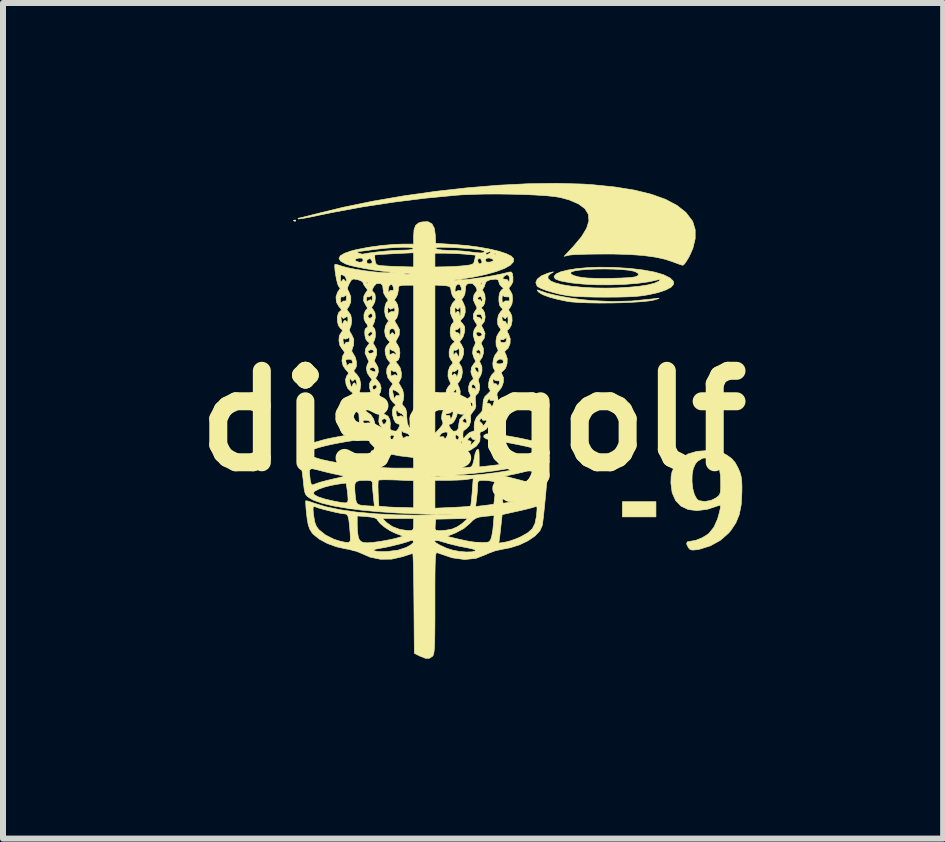
<source format=kicad_pcb>
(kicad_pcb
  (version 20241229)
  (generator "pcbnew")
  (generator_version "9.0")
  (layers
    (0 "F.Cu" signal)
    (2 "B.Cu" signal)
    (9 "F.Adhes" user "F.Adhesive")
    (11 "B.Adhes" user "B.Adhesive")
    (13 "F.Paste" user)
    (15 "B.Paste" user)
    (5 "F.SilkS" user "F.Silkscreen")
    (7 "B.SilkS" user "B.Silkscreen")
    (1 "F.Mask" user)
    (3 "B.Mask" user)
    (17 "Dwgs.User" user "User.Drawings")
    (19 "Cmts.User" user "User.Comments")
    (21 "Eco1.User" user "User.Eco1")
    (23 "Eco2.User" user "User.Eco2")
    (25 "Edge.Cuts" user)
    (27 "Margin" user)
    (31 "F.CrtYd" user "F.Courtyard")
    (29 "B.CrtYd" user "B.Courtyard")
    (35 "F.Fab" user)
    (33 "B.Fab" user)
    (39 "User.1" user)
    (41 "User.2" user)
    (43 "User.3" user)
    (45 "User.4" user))
  (footprint "discgolf"
    (layer "F.Cu")
    (at 4.833 3.964)
    (property "Reference" "discgolf" (at 0 0 0) (layer "F.SilkS") (effects (font (size 1.524 1.524) (thickness 0.3))))
    (attr through_hole)
    (fp_poly (pts (xy 3.048 1.6) (xy 2.489 1.6) (xy 2.489 1.346) (xy 3.048 1.346) (xy 3.048 1.6)) (stroke (width 0.01) (type solid)) (fill yes) (layer "F.SilkS"))
    (fp_poly (pts (xy -2.955 -3.344) (xy -2.958 -3.329) (xy -2.972 -3.327) (xy -2.993 -3.337) (xy -2.989 -3.344) (xy -2.959 -3.347) (xy -2.955 -3.344)) (stroke (width 0.01) (type solid)) (fill yes) (layer "F.SilkS"))
    (fp_poly (pts (xy 1.087 -2.18) (xy 1.105 -2.172) (xy 1.23 -2.129) (xy 1.394 -2.089) (xy 1.586 -2.053) (xy 1.794 -2.023) (xy 1.99 -2.004) (xy 2.319 -1.989) (xy 2.644 -1.998) (xy 2.986 -2.032) (xy 3.076 -2.044) (xy 3.1 -2.045) (xy 3.08 -2.034) (xy 3.023 -2.016) (xy 2.938 -2) (xy 2.813 -1.987) (xy 2.657 -1.977) (xy 2.48 -1.969) (xy 2.293 -1.965) (xy 2.105 -1.964) (xy 1.926 -1.967) (xy 1.766 -1.973) (xy 1.636 -1.983) (xy 1.57 -1.992) (xy 1.404 -2.027) (xy 1.264 -2.065) (xy 1.158 -2.105) (xy 1.095 -2.145) (xy 1.088 -2.152) (xy 1.068 -2.181) (xy 1.087 -2.18)) (stroke (width 0.01) (type solid)) (fill yes) (layer "F.SilkS"))
    (fp_poly (pts (xy 1.826 -3.947) (xy 1.981 -3.937) (xy 2.359 -3.899) (xy 2.688 -3.846) (xy 2.971 -3.777) (xy 3.208 -3.692) (xy 3.399 -3.591) (xy 3.547 -3.474) (xy 3.65 -3.339) (xy 3.663 -3.316) (xy 3.702 -3.187) (xy 3.702 -3.036) (xy 3.663 -2.874) (xy 3.606 -2.746) (xy 3.561 -2.669) (xy 3.522 -2.614) (xy 3.496 -2.593) (xy 3.495 -2.593) (xy 3.456 -2.604) (xy 3.39 -2.628) (xy 3.353 -2.642) (xy 3.206 -2.692) (xy 3.038 -2.729) (xy 2.841 -2.756) (xy 2.609 -2.773) (xy 2.336 -2.781) (xy 2.223 -2.781) (xy 2.057 -2.78) (xy 1.905 -2.778) (xy 1.773 -2.774) (xy 1.672 -2.769) (xy 1.611 -2.764) (xy 1.604 -2.762) (xy 1.518 -2.743) (xy 1.673 -2.909) (xy 1.807 -3.068) (xy 1.893 -3.21) (xy 1.931 -3.335) (xy 1.921 -3.444) (xy 1.863 -3.538) (xy 1.756 -3.617) (xy 1.601 -3.683) (xy 1.455 -3.723) (xy 1.356 -3.739) (xy 1.215 -3.753) (xy 1.041 -3.764) (xy 0.843 -3.773) (xy 0.63 -3.778) (xy 0.412 -3.781) (xy 0.195 -3.78) (xy -0.009 -3.775) (xy -0.193 -3.767) (xy -0.271 -3.761) (xy -0.788 -3.712) (xy -1.318 -3.646) (xy -1.842 -3.566) (xy -2.342 -3.474) (xy -2.554 -3.43) (xy -2.681 -3.403) (xy -2.789 -3.382) (xy -2.869 -3.369) (xy -2.912 -3.365) (xy -2.917 -3.366) (xy -2.911 -3.378) (xy -2.906 -3.379) (xy -2.873 -3.385) (xy -2.803 -3.402) (xy -2.707 -3.426) (xy -2.642 -3.443) (xy -2.167 -3.559) (xy -1.666 -3.662) (xy -1.149 -3.751) (xy -0.624 -3.825) (xy -0.099 -3.884) (xy 0.417 -3.927) (xy 0.916 -3.952) (xy 1.388 -3.959) (xy 1.826 -3.947)) (stroke (width 0.01) (type solid)) (fill yes) (layer "F.SilkS"))
    (fp_poly (pts (xy 4.009 0.498) (xy 4.087 0.507) (xy 4.152 0.529) (xy 4.222 0.566) (xy 4.225 0.568) (xy 4.308 0.626) (xy 4.368 0.695) (xy 4.416 0.784) (xy 4.447 0.855) (xy 4.466 0.92) (xy 4.477 0.993) (xy 4.481 1.089) (xy 4.48 1.194) (xy 4.469 1.394) (xy 4.437 1.559) (xy 4.38 1.699) (xy 4.295 1.827) (xy 4.254 1.874) (xy 4.12 1.991) (xy 3.955 2.082) (xy 3.777 2.138) (xy 3.734 2.146) (xy 3.66 2.153) (xy 3.617 2.143) (xy 3.589 2.113) (xy 3.588 2.11) (xy 3.559 2.049) (xy 3.57 2.016) (xy 3.62 2.007) (xy 3.712 1.99) (xy 3.816 1.949) (xy 3.909 1.892) (xy 3.933 1.872) (xy 4.014 1.771) (xy 4.075 1.635) (xy 4.105 1.528) (xy 4.122 1.452) (xy 4.124 1.414) (xy 4.113 1.405) (xy 4.094 1.411) (xy 3.902 1.474) (xy 3.731 1.495) (xy 3.585 1.477) (xy 3.465 1.42) (xy 3.375 1.326) (xy 3.318 1.196) (xy 3.297 1.033) (xy 3.297 1.027) (xy 3.298 1.015) (xy 3.649 1.015) (xy 3.662 1.129) (xy 3.689 1.229) (xy 3.729 1.301) (xy 3.765 1.329) (xy 3.861 1.344) (xy 3.967 1.324) (xy 4.041 1.288) (xy 4.084 1.257) (xy 4.11 1.227) (xy 4.122 1.185) (xy 4.127 1.118) (xy 4.127 1.027) (xy 4.123 0.906) (xy 4.109 0.82) (xy 4.084 0.753) (xy 4.075 0.736) (xy 4.003 0.653) (xy 3.917 0.615) (xy 3.827 0.621) (xy 3.743 0.672) (xy 3.707 0.713) (xy 3.67 0.794) (xy 3.651 0.899) (xy 3.649 1.015) (xy 3.298 1.015) (xy 3.301 0.923) (xy 3.317 0.846) (xy 3.352 0.772) (xy 3.369 0.743) (xy 3.462 0.629) (xy 3.58 0.552) (xy 3.728 0.508) (xy 3.898 0.495) (xy 4.009 0.498)) (stroke (width 0.01) (type solid)) (fill yes) (layer "F.SilkS"))
    (fp_poly (pts (xy 2.303 -2.559) (xy 2.362 -2.557) (xy 2.617 -2.541) (xy 2.84 -2.514) (xy 3.028 -2.479) (xy 3.176 -2.435) (xy 3.281 -2.383) (xy 3.338 -2.329) (xy 3.343 -2.279) (xy 3.301 -2.229) (xy 3.215 -2.183) (xy 3.089 -2.14) (xy 2.926 -2.103) (xy 2.807 -2.084) (xy 2.706 -2.074) (xy 2.567 -2.067) (xy 2.402 -2.063) (xy 2.223 -2.062) (xy 2.042 -2.063) (xy 1.872 -2.067) (xy 1.724 -2.073) (xy 1.611 -2.083) (xy 1.587 -2.086) (xy 1.467 -2.107) (xy 1.343 -2.137) (xy 1.229 -2.171) (xy 1.137 -2.206) (xy 1.078 -2.237) (xy 1.068 -2.246) (xy 1.046 -2.304) (xy 1.07 -2.362) (xy 1.136 -2.415) (xy 1.24 -2.459) (xy 1.295 -2.474) (xy 1.339 -2.484) (xy 1.335 -2.478) (xy 1.302 -2.46) (xy 1.251 -2.418) (xy 1.249 -2.374) (xy 1.294 -2.331) (xy 1.362 -2.302) (xy 1.486 -2.269) (xy 1.641 -2.244) (xy 1.818 -2.227) (xy 2.01 -2.216) (xy 2.208 -2.213) (xy 2.406 -2.216) (xy 2.594 -2.227) (xy 2.765 -2.243) (xy 2.912 -2.266) (xy 3.026 -2.295) (xy 3.1 -2.33) (xy 3.111 -2.341) (xy 3.118 -2.358) (xy 3.086 -2.353) (xy 2.931 -2.318) (xy 2.738 -2.292) (xy 2.52 -2.275) (xy 2.288 -2.267) (xy 2.055 -2.268) (xy 1.833 -2.28) (xy 1.634 -2.3) (xy 1.47 -2.33) (xy 1.44 -2.338) (xy 1.373 -2.365) (xy 1.351 -2.397) (xy 1.351 -2.408) (xy 1.384 -2.448) (xy 1.389 -2.45) (xy 1.629 -2.45) (xy 1.672 -2.424) (xy 1.758 -2.4) (xy 1.831 -2.388) (xy 1.917 -2.38) (xy 2.035 -2.376) (xy 2.171 -2.374) (xy 2.315 -2.376) (xy 2.454 -2.38) (xy 2.576 -2.386) (xy 2.668 -2.395) (xy 2.712 -2.403) (xy 2.756 -2.427) (xy 2.753 -2.457) (xy 2.705 -2.486) (xy 2.678 -2.495) (xy 2.593 -2.511) (xy 2.477 -2.523) (xy 2.34 -2.529) (xy 2.193 -2.532) (xy 2.044 -2.53) (xy 1.904 -2.524) (xy 1.783 -2.514) (xy 1.691 -2.5) (xy 1.637 -2.482) (xy 1.631 -2.478) (xy 1.629 -2.45) (xy 1.389 -2.45) (xy 1.461 -2.484) (xy 1.576 -2.513) (xy 1.724 -2.537) (xy 1.899 -2.553) (xy 2.094 -2.561) (xy 2.303 -2.559)) (stroke (width 0.01) (type solid)) (fill yes) (layer "F.SilkS"))
    (fp_poly (pts (xy -0.686 -3.285) (xy -0.645 -3.21) (xy -0.63 -3.105) (xy -0.622 -2.959) (xy -0.305 -2.939) (xy -0.099 -2.922) (xy 0.096 -2.896) (xy 0.274 -2.864) (xy 0.428 -2.828) (xy 0.55 -2.788) (xy 0.636 -2.746) (xy 0.677 -2.704) (xy 0.677 -2.703) (xy 0.673 -2.65) (xy 0.621 -2.595) (xy 0.525 -2.541) (xy 0.389 -2.49) (xy 0.216 -2.441) (xy 0.009 -2.397) (xy -0.206 -2.362) (xy -0.281 -2.352) (xy -0.314 -2.346) (xy -0.303 -2.344) (xy -0.246 -2.347) (xy -0.152 -2.352) (xy -0.019 -2.365) (xy 0.024 -2.371) (xy 0.492 -2.371) (xy 0.518 -2.362) (xy 0.53 -2.362) (xy 0.573 -2.352) (xy 0.584 -2.337) (xy 0.594 -2.312) (xy 0.597 -2.311) (xy 0.606 -2.333) (xy 0.61 -2.375) (xy 0.595 -2.426) (xy 0.557 -2.436) (xy 0.51 -2.403) (xy 0.508 -2.4) (xy 0.492 -2.371) (xy 0.024 -2.371) (xy 0.143 -2.388) (xy 0.315 -2.417) (xy 0.476 -2.449) (xy 0.6 -2.479) (xy 0.637 -2.482) (xy 0.655 -2.457) (xy 0.665 -2.398) (xy 0.664 -2.316) (xy 0.633 -2.259) (xy 0.63 -2.255) (xy 0.598 -2.217) (xy 0.604 -2.188) (xy 0.621 -2.169) (xy 0.651 -2.11) (xy 0.659 -2.029) (xy 0.648 -1.948) (xy 0.619 -1.893) (xy 0.593 -1.858) (xy 0.602 -1.828) (xy 0.622 -1.804) (xy 0.647 -1.746) (xy 0.651 -1.668) (xy 0.635 -1.591) (xy 0.603 -1.536) (xy 0.592 -1.528) (xy 0.567 -1.507) (xy 0.574 -1.477) (xy 0.594 -1.443) (xy 0.62 -1.368) (xy 0.616 -1.284) (xy 0.585 -1.213) (xy 0.558 -1.187) (xy 0.528 -1.16) (xy 0.535 -1.126) (xy 0.548 -1.106) (xy 0.57 -1.037) (xy 0.567 -0.955) (xy 0.543 -0.88) (xy 0.502 -0.835) (xy 0.469 -0.807) (xy 0.48 -0.78) (xy 0.507 -0.721) (xy 0.505 -0.642) (xy 0.477 -0.563) (xy 0.444 -0.518) (xy 0.403 -0.468) (xy 0.398 -0.428) (xy 0.408 -0.404) (xy 0.419 -0.337) (xy 0.4 -0.257) (xy 0.359 -0.187) (xy 0.311 -0.15) (xy 0.271 -0.128) (xy 0.274 -0.096) (xy 0.285 -0.076) (xy 0.302 -0.035) (xy 0.295 0.012) (xy 0.267 0.07) (xy 0.216 0.14) (xy 0.163 0.173) (xy 0.16 0.173) (xy 0.121 0.186) (xy 0.113 0.222) (xy 0.119 0.257) (xy 0.112 0.341) (xy 0.058 0.418) (xy -0.04 0.484) (xy -0.177 0.538) (xy -0.35 0.576) (xy -0.389 0.582) (xy -0.486 0.595) (xy -0.563 0.605) (xy -0.608 0.609) (xy -0.611 0.61) (xy -0.627 0.632) (xy -0.635 0.687) (xy -0.635 0.699) (xy -0.635 0.787) (xy -0.349 0.787) (xy -0.231 0.785) (xy -0.13 0.78) (xy -0.058 0.772) (xy -0.029 0.765) (xy -0.006 0.728) (xy 0.013 0.66) (xy 0.019 0.626) (xy 0.034 0.549) (xy 0.057 0.493) (xy 0.067 0.48) (xy 0.086 0.472) (xy 0.097 0.494) (xy 0.101 0.553) (xy 0.102 0.609) (xy 0.102 0.767) (xy 0.26 0.75) (xy 0.47 0.725) (xy 0.662 0.694) (xy 0.829 0.661) (xy 0.965 0.626) (xy 1.066 0.59) (xy 1.125 0.556) (xy 1.137 0.539) (xy 1.123 0.509) (xy 1.074 0.477) (xy 1.061 0.471) (xy 0.999 0.452) (xy 0.899 0.427) (xy 0.772 0.4) (xy 0.63 0.372) (xy 0.485 0.346) (xy 0.348 0.324) (xy 0.298 0.318) (xy 0.221 0.299) (xy 0.18 0.272) (xy 0.181 0.242) (xy 0.218 0.219) (xy 0.266 0.215) (xy 0.352 0.22) (xy 0.467 0.234) (xy 0.598 0.254) (xy 0.736 0.279) (xy 0.869 0.306) (xy 0.986 0.333) (xy 1.078 0.36) (xy 1.107 0.371) (xy 1.205 0.423) (xy 1.263 0.48) (xy 1.278 0.536) (xy 1.272 0.556) (xy 1.22 0.607) (xy 1.121 0.657) (xy 0.98 0.706) (xy 0.801 0.752) (xy 0.587 0.795) (xy 0.344 0.834) (xy 0.074 0.867) (xy -0.127 0.887) (xy -0.235 0.896) (xy -0.295 0.902) (xy -0.309 0.906) (xy -0.282 0.909) (xy -0.214 0.911) (xy -0.202 0.911) (xy -0.034 0.907) (xy 0.165 0.89) (xy 0.382 0.863) (xy 0.603 0.828) (xy 0.813 0.787) (xy 0.999 0.742) (xy 1.135 0.7) (xy 1.211 0.674) (xy 1.261 0.663) (xy 1.275 0.668) (xy 1.274 0.67) (xy 1.262 0.707) (xy 1.25 0.781) (xy 1.239 0.88) (xy 1.235 0.927) (xy 1.225 1.052) (xy 1.213 1.194) (xy 1.199 1.341) (xy 1.185 1.482) (xy 1.172 1.605) (xy 1.16 1.698) (xy 1.153 1.744) (xy 1.113 1.833) (xy 1.031 1.919) (xy 0.915 1.998) (xy 0.775 2.065) (xy 0.619 2.114) (xy 0.519 2.133) (xy 0.375 2.163) (xy 0.248 2.21) (xy 0.217 2.226) (xy 0.048 2.291) (xy -0.14 2.31) (xy -0.346 2.282) (xy -0.571 2.206) (xy -0.591 2.198) (xy -0.603 2.196) (xy -0.612 2.202) (xy -0.62 2.223) (xy -0.625 2.264) (xy -0.629 2.328) (xy -0.632 2.422) (xy -0.634 2.549) (xy -0.635 2.716) (xy -0.635 2.926) (xy -0.635 3.031) (xy -0.635 3.265) (xy -0.636 3.454) (xy -0.638 3.602) (xy -0.641 3.714) (xy -0.645 3.797) (xy -0.651 3.854) (xy -0.659 3.891) (xy -0.668 3.914) (xy -0.675 3.922) (xy -0.728 3.956) (xy -0.794 3.956) (xy -0.884 3.92) (xy -0.889 3.918) (xy -0.978 3.873) (xy -0.985 3.042) (xy -0.987 2.842) (xy -0.989 2.659) (xy -0.992 2.5) (xy -0.995 2.37) (xy -0.999 2.274) (xy -1.002 2.22) (xy -1.004 2.21) (xy -1.033 2.217) (xy -1.097 2.237) (xy -1.176 2.263) (xy -1.358 2.304) (xy -1.542 2.306) (xy -1.714 2.271) (xy -1.817 2.226) (xy -1.935 2.176) (xy -2.027 2.152) (xy -1.657 2.152) (xy -1.645 2.165) (xy -1.596 2.175) (xy -1.517 2.179) (xy -1.422 2.176) (xy -1.246 2.153) (xy -1.111 2.108) (xy -1.043 2.07) (xy -0.999 2.032) (xy -0.991 2.014) (xy -0.996 2.004) (xy -0.643 2.004) (xy -0.618 2.032) (xy -0.552 2.071) (xy -0.445 2.12) (xy -0.442 2.122) (xy -0.339 2.154) (xy -0.224 2.176) (xy -0.111 2.185) (xy -0.016 2.182) (xy 0.044 2.164) (xy 0.038 2.15) (xy -0.012 2.133) (xy -0.099 2.114) (xy -0.116 2.111) (xy -0.238 2.087) (xy -0.365 2.056) (xy -0.434 2.037) (xy 0.43 2.037) (xy 0.539 2.02) (xy 0.621 1.999) (xy 0.723 1.963) (xy 0.8 1.929) (xy 0.914 1.864) (xy 0.989 1.796) (xy 1.032 1.71) (xy 1.056 1.593) (xy 1.058 1.572) (xy 1.066 1.486) (xy 1.066 1.441) (xy 1.054 1.426) (xy 1.029 1.432) (xy 1.026 1.433) (xy 0.981 1.447) (xy 0.9 1.468) (xy 0.797 1.493) (xy 0.731 1.507) (xy 0.485 1.562) (xy 0.47 1.702) (xy 0.459 1.803) (xy 0.448 1.9) (xy 0.443 1.939) (xy 0.43 2.037) (xy -0.434 2.037) (xy -0.462 2.029) (xy -0.565 1.999) (xy -0.625 1.992) (xy -0.643 2.004) (xy -0.996 2.004) (xy -1.005 1.988) (xy -1.035 1.994) (xy -1.108 2.019) (xy -1.212 2.049) (xy -1.332 2.079) (xy -1.448 2.105) (xy -1.543 2.122) (xy -1.554 2.124) (xy -1.628 2.138) (xy -1.657 2.152) (xy -2.027 2.152) (xy -2.077 2.139) (xy -2.119 2.133) (xy -2.276 2.098) (xy -2.427 2.043) (xy -2.559 1.972) (xy -2.658 1.893) (xy -2.683 1.865) (xy -2.719 1.807) (xy -2.745 1.737) (xy -2.763 1.639) (xy -2.773 1.56) (xy -2.781 1.48) (xy -2.666 1.48) (xy -2.658 1.561) (xy -2.656 1.577) (xy -2.639 1.683) (xy -2.612 1.756) (xy -2.57 1.812) (xy -2.458 1.902) (xy -2.317 1.973) (xy -2.217 2.004) (xy -2.124 2.025) (xy -2.07 2.027) (xy -2.047 2.002) (xy -2.044 1.943) (xy -2.048 1.873) (xy -2.059 1.743) (xy -1.93 1.743) (xy -1.926 1.84) (xy -1.914 1.924) (xy -1.901 1.967) (xy -1.875 2.004) (xy -1.832 2.026) (xy -1.764 2.032) (xy -1.663 2.025) (xy -1.524 2.005) (xy -1.42 1.986) (xy -1.32 1.965) (xy -1.262 1.95) (xy -1.174 1.924) (xy -0.435 1.924) (xy -0.262 1.965) (xy -0.137 1.993) (xy -0.045 2.011) (xy 0.031 2.021) (xy 0.109 2.027) (xy 0.156 2.029) (xy 0.229 2.027) (xy 0.27 2.013) (xy 0.293 1.979) (xy 0.3 1.962) (xy 0.316 1.899) (xy 0.331 1.808) (xy 0.338 1.734) (xy 0.351 1.576) (xy 0.194 1.591) (xy 0.103 1.603) (xy 0.042 1.624) (xy -0.009 1.662) (xy -0.051 1.706) (xy -0.155 1.794) (xy -0.286 1.864) (xy -0.288 1.865) (xy -0.435 1.924) (xy -1.174 1.924) (xy -1.165 1.921) (xy -1.294 1.873) (xy -1.383 1.83) (xy -1.473 1.771) (xy -1.549 1.707) (xy -1.596 1.649) (xy -1.603 1.635) (xy -1.619 1.626) (xy -1.51 1.626) (xy -1.445 1.691) (xy -1.346 1.761) (xy -1.219 1.809) (xy -1.086 1.828) (xy -1.025 1.826) (xy -0.998 1.808) (xy -0.996 1.796) (xy -0.633 1.796) (xy -0.617 1.822) (xy -0.569 1.829) (xy -0.541 1.829) (xy -0.448 1.821) (xy -0.353 1.803) (xy -0.348 1.802) (xy -0.265 1.766) (xy -0.183 1.712) (xy -0.17 1.7) (xy -0.089 1.626) (xy -0.356 1.632) (xy -0.622 1.638) (xy -0.63 1.734) (xy -0.633 1.796) (xy -0.996 1.796) (xy -0.991 1.761) (xy -0.991 1.727) (xy -0.991 1.626) (xy -1.51 1.626) (xy -1.619 1.626) (xy -1.631 1.619) (xy -1.696 1.604) (xy -1.772 1.595) (xy -1.93 1.584) (xy -1.93 1.743) (xy -2.059 1.743) (xy -2.059 1.739) (xy -2.07 1.648) (xy -2.083 1.592) (xy -2.101 1.562) (xy -2.126 1.551) (xy -2.143 1.549) (xy -2.195 1.543) (xy -2.28 1.526) (xy -2.382 1.502) (xy -2.486 1.476) (xy -2.575 1.451) (xy -2.626 1.433) (xy -2.652 1.426) (xy -2.664 1.439) (xy -2.666 1.48) (xy -2.781 1.48) (xy -2.783 1.46) (xy -2.788 1.382) (xy -2.789 1.337) (xy -2.788 1.331) (xy -2.761 1.334) (xy -2.702 1.352) (xy -2.652 1.37) (xy -2.458 1.43) (xy -2.219 1.48) (xy -1.94 1.52) (xy -1.627 1.548) (xy -1.284 1.566) (xy -0.918 1.571) (xy -0.876 1.57) (xy -0.318 1.566) (xy -0.94 1.548) (xy -1.274 1.534) (xy -1.585 1.513) (xy -1.869 1.486) (xy -2.122 1.452) (xy -2.341 1.414) (xy -2.519 1.37) (xy -2.655 1.323) (xy -2.723 1.286) (xy -2.761 1.259) (xy -2.786 1.23) (xy -2.799 1.2) (xy -2.662 1.2) (xy -2.643 1.233) (xy -2.575 1.268) (xy -2.461 1.304) (xy -2.301 1.341) (xy -2.284 1.344) (xy -2.184 1.362) (xy -2.125 1.367) (xy -2.094 1.357) (xy -2.084 1.329) (xy -2.083 1.302) (xy -2.088 1.229) (xy -2.098 1.143) (xy -2.1 1.134) (xy -2.102 1.119) (xy -1.972 1.119) (xy -1.966 1.213) (xy -1.956 1.304) (xy -1.943 1.361) (xy -1.914 1.393) (xy -1.859 1.408) (xy -1.769 1.415) (xy -1.717 1.418) (xy -1.644 1.422) (xy -1.66 1.266) (xy -1.669 1.172) (xy -1.675 1.091) (xy -1.675 1.087) (xy -1.584 1.087) (xy -1.582 1.18) (xy -1.581 1.211) (xy -1.57 1.42) (xy -1.477 1.429) (xy -1.405 1.435) (xy -1.304 1.44) (xy -1.194 1.443) (xy -1.187 1.444) (xy -0.991 1.448) (xy -0.991 0.996) (xy -1.133 0.991) (xy -0.635 0.991) (xy -0.635 1.455) (xy -0.342 1.442) (xy -0.226 1.436) (xy -0.13 1.43) (xy -0.099 1.427) (xy 0.043 1.427) (xy 0.193 1.409) (xy 0.273 1.399) (xy 0.329 1.391) (xy 0.346 1.387) (xy 0.35 1.363) (xy 0.358 1.3) (xy 0.358 1.293) (xy 0.491 1.293) (xy 0.494 1.349) (xy 0.503 1.372) (xy 0.54 1.367) (xy 0.611 1.354) (xy 0.703 1.335) (xy 0.709 1.334) (xy 0.842 1.302) (xy 0.95 1.268) (xy 1.027 1.235) (xy 1.065 1.207) (xy 1.067 1.199) (xy 1.046 1.173) (xy 1.006 1.149) (xy 0.955 1.131) (xy 0.875 1.109) (xy 0.781 1.087) (xy 0.685 1.066) (xy 0.601 1.05) (xy 0.543 1.042) (xy 0.523 1.044) (xy 0.51 1.077) (xy 0.5 1.141) (xy 0.493 1.218) (xy 0.491 1.293) (xy 0.358 1.293) (xy 0.367 1.213) (xy 0.368 1.204) (xy 0.376 1.11) (xy 0.376 1.054) (xy 0.366 1.026) (xy 0.342 1.012) (xy 0.326 1.007) (xy 0.26 0.996) (xy 0.178 0.991) (xy 0.171 0.991) (xy 0.109 0.994) (xy 0.082 1.013) (xy 0.076 1.06) (xy 0.076 1.073) (xy 0.073 1.148) (xy 0.065 1.244) (xy 0.059 1.291) (xy 0.043 1.427) (xy -0.099 1.427) (xy -0.065 1.424) (xy -0.041 1.419) (xy -0.035 1.391) (xy -0.027 1.325) (xy -0.018 1.232) (xy -0.014 1.184) (xy 0.003 0.958) (xy -0.094 0.974) (xy -0.165 0.982) (xy -0.267 0.987) (xy -0.382 0.99) (xy -0.413 0.99) (xy -0.635 0.991) (xy -1.133 0.991) (xy -1.276 0.985) (xy -1.392 0.982) (xy -1.488 0.981) (xy -1.553 0.984) (xy -1.577 0.988) (xy -1.582 1.019) (xy -1.584 1.087) (xy -1.675 1.087) (xy -1.676 1.05) (xy -1.681 1.014) (xy -1.705 0.997) (xy -1.761 0.991) (xy -1.797 0.991) (xy -1.887 0.994) (xy -1.942 1.01) (xy -1.968 1.049) (xy -1.972 1.119) (xy -2.102 1.119) (xy -2.116 1.036) (xy -2.238 1.052) (xy -2.361 1.074) (xy -2.475 1.103) (xy -2.571 1.137) (xy -2.637 1.171) (xy -2.662 1.2) (xy -2.799 1.2) (xy -2.803 1.189) (xy -2.816 1.123) (xy -2.827 1.023) (xy -2.832 0.971) (xy -2.846 0.86) (xy -2.849 0.84) (xy -2.728 0.84) (xy -2.724 0.89) (xy -2.723 0.893) (xy -2.712 0.998) (xy -2.696 1.054) (xy -2.682 1.067) (xy -2.652 1.059) (xy -2.599 1.039) (xy -2.54 1.02) (xy -2.449 0.996) (xy -2.344 0.971) (xy -2.324 0.966) (xy -2.225 0.944) (xy -2.171 0.93) (xy -2.165 0.926) (xy -0.702 0.926) (xy -0.679 0.929) (xy -0.615 0.931) (xy -0.584 0.931) (xy -0.508 0.93) (xy -0.47 0.927) (xy -0.476 0.923) (xy -0.489 0.921) (xy -0.516 0.92) (xy 0.523 0.92) (xy 0.756 0.979) (xy 0.863 1.008) (xy 0.955 1.035) (xy 1.018 1.056) (xy 1.034 1.063) (xy 1.071 1.078) (xy 1.095 1.065) (xy 1.111 1.018) (xy 1.123 0.929) (xy 1.125 0.906) (xy 1.131 0.82) (xy 1.125 0.778) (xy 1.11 0.772) (xy 1.039 0.796) (xy 0.937 0.826) (xy 0.821 0.857) (xy 0.708 0.883) (xy 0.674 0.89) (xy 0.523 0.92) (xy -0.516 0.92) (xy -0.584 0.917) (xy -0.679 0.921) (xy -0.702 0.926) (xy -2.165 0.926) (xy -2.156 0.92) (xy -2.176 0.912) (xy -2.223 0.903) (xy -2.305 0.886) (xy -2.409 0.863) (xy -2.477 0.846) (xy -2.592 0.816) (xy -2.666 0.799) (xy -2.708 0.796) (xy -2.726 0.809) (xy -2.728 0.84) (xy -2.849 0.84) (xy -2.862 0.766) (xy -2.879 0.701) (xy -2.889 0.682) (xy -2.917 0.623) (xy -2.915 0.549) (xy -2.885 0.484) (xy -2.876 0.475) (xy -2.783 0.415) (xy -2.644 0.359) (xy -2.462 0.307) (xy -2.349 0.283) (xy -2.15 0.246) (xy -1.998 0.227) (xy -1.891 0.223) (xy -1.828 0.236) (xy -1.809 0.259) (xy -1.815 0.287) (xy -1.852 0.305) (xy -1.923 0.317) (xy -2.115 0.346) (xy -2.292 0.378) (xy -2.449 0.412) (xy -2.579 0.446) (xy -2.675 0.479) (xy -2.731 0.51) (xy -2.743 0.529) (xy -2.72 0.568) (xy -2.649 0.606) (xy -2.53 0.643) (xy -2.362 0.679) (xy -2.145 0.715) (xy -2.088 0.722) (xy -1.938 0.743) (xy -1.831 0.756) (xy -1.76 0.76) (xy -1.718 0.753) (xy -1.698 0.732) (xy -1.693 0.696) (xy -1.696 0.643) (xy -1.698 0.622) (xy -1.701 0.542) (xy -1.695 0.503) (xy -1.678 0.494) (xy -1.669 0.497) (xy -1.641 0.53) (xy -1.619 0.599) (xy -1.613 0.63) (xy -1.597 0.705) (xy -1.576 0.757) (xy -1.566 0.768) (xy -1.53 0.776) (xy -1.455 0.782) (xy -1.352 0.786) (xy -1.264 0.787) (xy -0.991 0.787) (xy -0.991 0.699) (xy -0.992 0.64) (xy -0.997 0.61) (xy -0.998 0.61) (xy -1.024 0.607) (xy -1.089 0.599) (xy -1.18 0.588) (xy -1.22 0.583) (xy -1.393 0.55) (xy -1.537 0.501) (xy -1.646 0.438) (xy -1.716 0.365) (xy -1.734 0.31) (xy -1.668 0.31) (xy -1.657 0.333) (xy -1.638 0.356) (xy -1.594 0.398) (xy -1.577 0.4) (xy -1.584 0.368) (xy -1.58 0.337) (xy -1.444 0.337) (xy -1.438 0.352) (xy -1.412 0.379) (xy -1.397 0.373) (xy -1.397 0.37) (xy -1.409 0.356) (xy -0.203 0.356) (xy -0.194 0.377) (xy -0.186 0.373) (xy -0.183 0.342) (xy -0.186 0.339) (xy -0.201 0.342) (xy -0.203 0.356) (xy -1.409 0.356) (xy -1.415 0.348) (xy -1.426 0.34) (xy -1.444 0.337) (xy -1.58 0.337) (xy -1.58 0.336) (xy -1.558 0.33) (xy -1.532 0.324) (xy -1.533 0.321) (xy -0.094 0.321) (xy -0.072 0.33) (xy -0.064 0.33) (xy -0.032 0.345) (xy -0.035 0.368) (xy -0.043 0.402) (xy -0.027 0.396) (xy 0.015 0.351) (xy 0.04 0.318) (xy 0.035 0.313) (xy 0.033 0.314) (xy -0.002 0.31) (xy -0.019 0.291) (xy -0.041 0.264) (xy -0.065 0.279) (xy -0.075 0.29) (xy -0.094 0.321) (xy -1.533 0.321) (xy -1.544 0.298) (xy -1.55 0.292) (xy -1.381 0.292) (xy -1.362 0.314) (xy -1.333 0.297) (xy -1.315 0.262) (xy -1.321 0.245) (xy -1.355 0.234) (xy -1.381 0.257) (xy -1.381 0.292) (xy -1.55 0.292) (xy -1.552 0.289) (xy -1.583 0.266) (xy -1.595 0.277) (xy -1.625 0.302) (xy -1.644 0.305) (xy -1.668 0.31) (xy -1.734 0.31) (xy -1.742 0.284) (xy -1.738 0.243) (xy -1.733 0.195) (xy -1.757 0.179) (xy -1.775 0.178) (xy -1.825 0.155) (xy -1.868 0.098) (xy -1.896 0.022) (xy -1.896 0.014) (xy -1.833 0.014) (xy -1.819 0.049) (xy -1.798 0.088) (xy -1.786 0.083) (xy -1.782 0.066) (xy -1.759 0.034) (xy -1.736 0.036) (xy -1.708 0.036) (xy -1.707 0.021) (xy -1.737 -0.002) (xy -1.783 -0.011) (xy -1.828 -0.009) (xy -1.833 0.014) (xy -1.896 0.014) (xy -1.899 -0.054) (xy -1.903 -0.119) (xy -1.946 -0.165) (xy -1.946 -0.165) (xy -1.994 -0.221) (xy -2.022 -0.303) (xy -2.023 -0.332) (xy -1.971 -0.332) (xy -1.956 -0.299) (xy -1.943 -0.267) (xy -1.926 -0.233) (xy -1.916 -0.245) (xy -1.912 -0.26) (xy -1.892 -0.298) (xy -1.878 -0.305) (xy -1.856 -0.285) (xy -1.854 -0.275) (xy -1.845 -0.257) (xy -1.839 -0.261) (xy -1.835 -0.292) (xy -1.864 -0.325) (xy -1.913 -0.344) (xy -1.923 -0.345) (xy -1.963 -0.341) (xy -1.971 -0.332) (xy -2.023 -0.332) (xy -2.024 -0.384) (xy -2.011 -0.422) (xy -2.002 -0.462) (xy -2.035 -0.492) (xy -2.04 -0.494) (xy -2.087 -0.541) (xy -2.117 -0.612) (xy -2.124 -0.682) (xy -2.057 -0.682) (xy -2.048 -0.621) (xy -2.039 -0.593) (xy -2.024 -0.561) (xy -2.015 -0.576) (xy -2.012 -0.591) (xy -1.993 -0.628) (xy -1.979 -0.635) (xy -1.957 -0.615) (xy -1.956 -0.605) (xy -1.947 -0.587) (xy -1.941 -0.591) (xy -1.936 -0.624) (xy -1.944 -0.662) (xy -1.961 -0.698) (xy -1.98 -0.689) (xy -1.984 -0.683) (xy -2.007 -0.661) (xy -2.031 -0.685) (xy -2.032 -0.686) (xy -2.052 -0.71) (xy -2.057 -0.688) (xy -2.057 -0.682) (xy -2.124 -0.682) (xy -2.125 -0.688) (xy -2.106 -0.748) (xy -2.1 -0.756) (xy -2.076 -0.787) (xy -2.085 -0.816) (xy -2.122 -0.854) (xy -2.166 -0.92) (xy -2.184 -0.995) (xy -2.121 -0.995) (xy -2.109 -0.943) (xy -2.108 -0.931) (xy -2.099 -0.92) (xy -2.085 -0.937) (xy -2.052 -0.958) (xy -2.035 -0.954) (xy -2.011 -0.958) (xy -2.007 -0.983) (xy -2.024 -1.02) (xy -2.07 -1.029) (xy -2.117 -1.019) (xy -2.121 -0.995) (xy -2.184 -0.995) (xy -2.185 -1.001) (xy -2.176 -1.076) (xy -2.154 -1.112) (xy -2.141 -1.143) (xy -2.166 -1.181) (xy -2.179 -1.195) (xy -2.219 -1.257) (xy -2.235 -1.337) (xy -2.166 -1.337) (xy -2.162 -1.314) (xy -2.151 -1.268) (xy -2.141 -1.27) (xy -2.139 -1.278) (xy -2.116 -1.311) (xy -2.093 -1.311) (xy -2.064 -1.317) (xy -2.057 -1.352) (xy -2.063 -1.389) (xy -2.084 -1.38) (xy -2.087 -1.377) (xy -2.128 -1.362) (xy -2.146 -1.372) (xy -2.165 -1.375) (xy -2.166 -1.337) (xy -2.235 -1.337) (xy -2.235 -1.338) (xy -2.229 -1.417) (xy -2.197 -1.473) (xy -2.197 -1.474) (xy -2.173 -1.501) (xy -2.189 -1.527) (xy -2.209 -1.542) (xy -2.244 -1.591) (xy -2.261 -1.663) (xy -2.261 -1.726) (xy -2.202 -1.726) (xy -2.194 -1.671) (xy -2.183 -1.613) (xy -2.175 -1.611) (xy -2.167 -1.632) (xy -2.147 -1.67) (xy -2.134 -1.676) (xy -2.106 -1.657) (xy -2.1 -1.645) (xy -2.09 -1.643) (xy -2.085 -1.682) (xy -2.085 -1.686) (xy -2.087 -1.734) (xy -2.102 -1.74) (xy -2.123 -1.726) (xy -2.159 -1.706) (xy -2.185 -1.726) (xy -2.186 -1.729) (xy -2.2 -1.744) (xy -2.202 -1.726) (xy -2.261 -1.726) (xy -2.26 -1.741) (xy -2.24 -1.803) (xy -2.219 -1.824) (xy -2.194 -1.845) (xy -2.2 -1.862) (xy -2.102 -1.862) (xy -2.093 -1.836) (xy -2.078 -1.822) (xy -2.038 -1.763) (xy -2.022 -1.68) (xy -2.032 -1.596) (xy -2.042 -1.571) (xy -2.061 -1.518) (xy -2.047 -1.474) (xy -2.028 -1.449) (xy -1.987 -1.361) (xy -1.99 -1.262) (xy -2.009 -1.215) (xy -2.022 -1.163) (xy -1.998 -1.122) (xy -1.961 -1.058) (xy -1.942 -0.98) (xy -1.943 -0.909) (xy -1.965 -0.866) (xy -1.987 -0.84) (xy -1.976 -0.812) (xy -1.941 -0.779) (xy -1.891 -0.706) (xy -1.871 -0.612) (xy -1.884 -0.517) (xy -1.89 -0.502) (xy -1.896 -0.465) (xy -1.872 -0.457) (xy -1.837 -0.435) (xy -1.803 -0.38) (xy -1.778 -0.31) (xy -1.77 -0.243) (xy -1.778 -0.204) (xy -1.789 -0.163) (xy -1.759 -0.142) (xy -1.758 -0.141) (xy -1.702 -0.101) (xy -1.657 -0.03) (xy -1.634 0.052) (xy -1.635 0.104) (xy -1.64 0.157) (xy -1.62 0.176) (xy -1.604 0.178) (xy -1.553 0.196) (xy -1.51 0.23) (xy -1.475 0.265) (xy -1.457 0.262) (xy -1.446 0.237) (xy -1.452 0.186) (xy -1.455 0.182) (xy -1.192 0.182) (xy -1.187 0.241) (xy -1.17 0.28) (xy -1.15 0.286) (xy -1.142 0.278) (xy -1.105 0.258) (xy -1.083 0.262) (xy -1.055 0.262) (xy -1.056 0.26) (xy -0.558 0.26) (xy -0.54 0.268) (xy -0.521 0.263) (xy -0.488 0.265) (xy -0.483 0.278) (xy -0.473 0.298) (xy -0.451 0.284) (xy -0.434 0.252) (xy -0.297 0.252) (xy -0.289 0.29) (xy -0.267 0.318) (xy -0.246 0.307) (xy -0.233 0.271) (xy -0.248 0.249) (xy -0.283 0.23) (xy -0.297 0.252) (xy -0.434 0.252) (xy -0.429 0.244) (xy -0.425 0.23) (xy -0.425 0.229) (xy -0.17 0.229) (xy -0.165 0.303) (xy -0.111 0.24) (xy -0.061 0.196) (xy -0.014 0.178) (xy -0.013 0.178) (xy 0.018 0.167) (xy 0.021 0.125) (xy 0.018 0.108) (xy 0.022 0.025) (xy 0.032 0.002) (xy 0.104 0.002) (xy 0.133 0.028) (xy 0.134 0.029) (xy 0.164 0.062) (xy 0.164 0.084) (xy 0.165 0.091) (xy 0.189 0.065) (xy 0.219 0.02) (xy 0.229 -0.004) (xy 0.21 -0.014) (xy 0.191 -0.009) (xy 0.158 -0.012) (xy 0.152 -0.028) (xy 0.146 -0.048) (xy 0.121 -0.029) (xy 0.104 0.002) (xy 0.032 0.002) (xy 0.057 -0.059) (xy 0.112 -0.119) (xy 0.119 -0.123) (xy 0.15 -0.162) (xy 0.163 -0.239) (xy 0.164 -0.267) (xy 0.168 -0.309) (xy 0.232 -0.309) (xy 0.235 -0.287) (xy 0.254 -0.292) (xy 0.283 -0.286) (xy 0.297 -0.264) (xy 0.312 -0.234) (xy 0.326 -0.251) (xy 0.333 -0.269) (xy 0.349 -0.317) (xy 0.354 -0.336) (xy 0.337 -0.344) (xy 0.318 -0.339) (xy 0.284 -0.343) (xy 0.279 -0.359) (xy 0.273 -0.378) (xy 0.254 -0.356) (xy 0.232 -0.309) (xy 0.168 -0.309) (xy 0.172 -0.349) (xy 0.196 -0.403) (xy 0.238 -0.444) (xy 0.284 -0.489) (xy 0.285 -0.516) (xy 0.279 -0.521) (xy 0.258 -0.56) (xy 0.259 -0.626) (xy 0.268 -0.665) (xy 0.331 -0.665) (xy 0.339 -0.626) (xy 0.354 -0.621) (xy 0.386 -0.618) (xy 0.393 -0.61) (xy 0.415 -0.586) (xy 0.431 -0.607) (xy 0.439 -0.633) (xy 0.439 -0.668) (xy 0.414 -0.667) (xy 0.369 -0.673) (xy 0.353 -0.688) (xy 0.336 -0.704) (xy 0.331 -0.673) (xy 0.331 -0.665) (xy 0.268 -0.665) (xy 0.276 -0.699) (xy 0.308 -0.763) (xy 0.332 -0.789) (xy 0.368 -0.827) (xy 0.359 -0.849) (xy 0.335 -0.89) (xy 0.329 -0.959) (xy 0.331 -0.969) (xy 0.383 -0.969) (xy 0.406 -0.953) (xy 0.445 -0.949) (xy 0.495 -0.958) (xy 0.508 -0.99) (xy 0.489 -1.024) (xy 0.448 -1.031) (xy 0.406 -1.01) (xy 0.4 -1.003) (xy 0.383 -0.969) (xy 0.331 -0.969) (xy 0.341 -1.035) (xy 0.368 -1.101) (xy 0.384 -1.12) (xy 0.418 -1.167) (xy 0.411 -1.2) (xy 0.409 -1.201) (xy 0.385 -1.255) (xy 0.382 -1.333) (xy 0.383 -1.34) (xy 0.45 -1.34) (xy 0.461 -1.313) (xy 0.499 -1.304) (xy 0.545 -1.313) (xy 0.558 -1.353) (xy 0.558 -1.355) (xy 0.554 -1.39) (xy 0.538 -1.377) (xy 0.536 -1.375) (xy 0.504 -1.352) (xy 0.488 -1.355) (xy 0.458 -1.352) (xy 0.45 -1.34) (xy 0.383 -1.34) (xy 0.397 -1.412) (xy 0.43 -1.471) (xy 0.43 -1.472) (xy 0.462 -1.511) (xy 0.457 -1.538) (xy 0.443 -1.551) (xy 0.413 -1.604) (xy 0.407 -1.681) (xy 0.412 -1.707) (xy 0.483 -1.707) (xy 0.492 -1.667) (xy 0.508 -1.664) (xy 0.537 -1.658) (xy 0.549 -1.64) (xy 0.569 -1.604) (xy 0.58 -1.618) (xy 0.584 -1.682) (xy 0.584 -1.683) (xy 0.58 -1.734) (xy 0.568 -1.74) (xy 0.558 -1.727) (xy 0.535 -1.702) (xy 0.512 -1.722) (xy 0.508 -1.727) (xy 0.49 -1.747) (xy 0.483 -1.722) (xy 0.483 -1.707) (xy 0.412 -1.707) (xy 0.422 -1.759) (xy 0.458 -1.817) (xy 0.492 -1.853) (xy 0.487 -1.875) (xy 0.471 -1.886) (xy 0.443 -1.926) (xy 0.431 -1.996) (xy 0.431 -2.032) (xy 0.483 -2.032) (xy 0.487 -1.977) (xy 0.5 -1.971) (xy 0.506 -1.979) (xy 0.545 -2.001) (xy 0.569 -1.998) (xy 0.602 -2) (xy 0.61 -2.032) (xy 0.598 -2.068) (xy 0.569 -2.066) (xy 0.523 -2.07) (xy 0.506 -2.085) (xy 0.49 -2.094) (xy 0.484 -2.054) (xy 0.483 -2.032) (xy 0.431 -2.032) (xy 0.432 -2.075) (xy 0.448 -2.144) (xy 0.476 -2.183) (xy 0.507 -2.206) (xy 0.493 -2.226) (xy 0.476 -2.236) (xy 0.439 -2.281) (xy 0.432 -2.313) (xy 0.415 -2.353) (xy 0.375 -2.362) (xy 0.281 -2.351) (xy 0.221 -2.324) (xy 0.203 -2.288) (xy 0.186 -2.233) (xy 0.173 -2.215) (xy 0.155 -2.18) (xy 0.173 -2.154) (xy 0.196 -2.104) (xy 0.203 -2.033) (xy 0.194 -1.963) (xy 0.171 -1.916) (xy 0.163 -1.911) (xy 0.137 -1.889) (xy 0.152 -1.865) (xy 0.163 -1.856) (xy 0.193 -1.803) (xy 0.202 -1.73) (xy 0.189 -1.66) (xy 0.166 -1.626) (xy 0.141 -1.597) (xy 0.151 -1.563) (xy 0.166 -1.541) (xy 0.2 -1.457) (xy 0.186 -1.377) (xy 0.161 -1.341) (xy 0.134 -1.298) (xy 0.147 -1.265) (xy 0.148 -1.264) (xy 0.173 -1.208) (xy 0.174 -1.132) (xy 0.152 -1.061) (xy 0.135 -1.036) (xy 0.108 -0.994) (xy 0.122 -0.96) (xy 0.123 -0.96) (xy 0.148 -0.904) (xy 0.149 -0.829) (xy 0.128 -0.758) (xy 0.112 -0.734) (xy 0.086 -0.684) (xy 0.097 -0.643) (xy 0.112 -0.583) (xy 0.105 -0.514) (xy 0.082 -0.458) (xy 0.061 -0.44) (xy 0.04 -0.413) (xy 0.038 -0.35) (xy 0.042 -0.319) (xy 0.047 -0.243) (xy 0.031 -0.194) (xy 0.001 -0.158) (xy -0.041 -0.098) (xy -0.04 -0.056) (xy -0.039 0.011) (xy -0.066 0.082) (xy -0.112 0.132) (xy -0.13 0.141) (xy -0.165 0.172) (xy -0.17 0.229) (xy -0.425 0.229) (xy -0.425 0.192) (xy -0.461 0.184) (xy -0.466 0.185) (xy -0.529 0.208) (xy -0.558 0.253) (xy -0.558 0.26) (xy -1.056 0.26) (xy -1.058 0.24) (xy -1.092 0.209) (xy -0.635 0.209) (xy -0.558 0.127) (xy -0.511 0.068) (xy -0.508 0.057) (xy -0.4 0.057) (xy -0.4 0.082) (xy -0.375 0.127) (xy -0.331 0.172) (xy -0.281 0.168) (xy -0.264 0.158) (xy -0.245 0.122) (xy -0.237 0.06) (xy -0.237 0.053) (xy -0.227 0.003) (xy -0.176 0.003) (xy -0.153 0.025) (xy -0.112 0.039) (xy -0.103 0.014) (xy -0.112 -0.016) (xy -0.132 -0.044) (xy -0.159 -0.029) (xy -0.176 0.003) (xy -0.227 0.003) (xy -0.221 -0.028) (xy -0.169 -0.088) (xy -0.125 -0.132) (xy -0.124 -0.163) (xy -0.129 -0.17) (xy -0.146 -0.218) (xy -0.137 -0.285) (xy -0.13 -0.301) (xy -0.073 -0.301) (xy -0.063 -0.266) (xy -0.048 -0.252) (xy -0.012 -0.246) (xy -0.003 -0.258) (xy -0.013 -0.293) (xy -0.029 -0.307) (xy -0.064 -0.313) (xy -0.073 -0.301) (xy -0.13 -0.301) (xy -0.108 -0.348) (xy -0.071 -0.384) (xy -0.038 -0.412) (xy -0.048 -0.439) (xy -0.073 -0.495) (xy -0.074 -0.569) (xy -0.074 -0.57) (xy -0.025 -0.57) (xy -0.013 -0.544) (xy 0 -0.546) (xy 0.023 -0.542) (xy 0.025 -0.531) (xy 0.035 -0.512) (xy 0.041 -0.515) (xy 0.047 -0.55) (xy 0.042 -0.57) (xy 0.015 -0.605) (xy -0.014 -0.602) (xy -0.025 -0.57) (xy -0.074 -0.57) (xy -0.053 -0.637) (xy -0.028 -0.666) (xy 0.005 -0.698) (xy -0.004 -0.732) (xy -0.015 -0.748) (xy -0.036 -0.815) (xy -0.028 -0.875) (xy 0.03 -0.875) (xy 0.051 -0.834) (xy 0.055 -0.829) (xy 0.083 -0.806) (xy 0.096 -0.824) (xy 0.098 -0.831) (xy 0.087 -0.877) (xy 0.072 -0.891) (xy 0.039 -0.899) (xy 0.03 -0.875) (xy -0.028 -0.875) (xy -0.025 -0.892) (xy 0.015 -0.954) (xy 0.018 -0.957) (xy 0.041 -0.984) (xy 0.033 -1.02) (xy 0.017 -1.046) (xy -0.008 -1.127) (xy -0.006 -1.15) (xy 0.051 -1.15) (xy 0.064 -1.127) (xy 0.076 -1.13) (xy 0.1 -1.128) (xy 0.102 -1.119) (xy 0.111 -1.093) (xy 0.114 -1.092) (xy 0.125 -1.113) (xy 0.127 -1.139) (xy 0.11 -1.178) (xy 0.089 -1.185) (xy 0.055 -1.166) (xy 0.051 -1.15) (xy -0.006 -1.15) (xy 0.002 -1.213) (xy 0.028 -1.26) (xy 0.041 -1.307) (xy 0.027 -1.343) (xy 0.002 -1.433) (xy 0.005 -1.451) (xy 0.051 -1.451) (xy 0.072 -1.415) (xy 0.102 -1.408) (xy 0.143 -1.42) (xy 0.152 -1.438) (xy 0.131 -1.467) (xy 0.102 -1.481) (xy 0.06 -1.479) (xy 0.051 -1.451) (xy 0.005 -1.451) (xy 0.018 -1.518) (xy 0.041 -1.553) (xy 0.068 -1.591) (xy 0.058 -1.621) (xy 0.041 -1.639) (xy 0.005 -1.706) (xy 0.007 -1.753) (xy 0.051 -1.753) (xy 0.071 -1.73) (xy 0.089 -1.727) (xy 0.123 -1.713) (xy 0.127 -1.702) (xy 0.137 -1.677) (xy 0.14 -1.676) (xy 0.15 -1.698) (xy 0.152 -1.727) (xy 0.134 -1.77) (xy 0.102 -1.778) (xy 0.06 -1.767) (xy 0.051 -1.753) (xy 0.007 -1.753) (xy 0.007 -1.783) (xy 0.04 -1.839) (xy 0.065 -1.873) (xy 0.058 -1.907) (xy 0.04 -1.936) (xy 0.003 -2.021) (xy 0.006 -2.039) (xy 0.076 -2.039) (xy 0.09 -2.016) (xy 0.102 -2.019) (xy 0.125 -2.017) (xy 0.127 -2.008) (xy 0.136 -1.982) (xy 0.14 -1.981) (xy 0.15 -2.002) (xy 0.152 -2.028) (xy 0.135 -2.067) (xy 0.114 -2.074) (xy 0.081 -2.055) (xy 0.076 -2.039) (xy 0.006 -2.039) (xy 0.016 -2.1) (xy 0.04 -2.136) (xy 0.066 -2.172) (xy 0.06 -2.208) (xy 0.04 -2.242) (xy -0.005 -2.286) (xy 0.127 -2.286) (xy 0.136 -2.265) (xy 0.144 -2.269) (xy 0.147 -2.299) (xy 0.144 -2.303) (xy 0.129 -2.299) (xy 0.127 -2.286) (xy -0.005 -2.286) (xy -0.007 -2.288) (xy -0.064 -2.292) (xy -0.106 -2.276) (xy -0.124 -2.24) (xy -0.127 -2.185) (xy -0.137 -2.112) (xy -0.161 -2.062) (xy -0.165 -2.058) (xy -0.189 -2.029) (xy -0.179 -1.995) (xy -0.165 -1.973) (xy -0.133 -1.896) (xy -0.13 -1.809) (xy -0.154 -1.735) (xy -0.175 -1.711) (xy -0.207 -1.679) (xy -0.203 -1.653) (xy -0.174 -1.622) (xy -0.141 -1.573) (xy -0.137 -1.51) (xy -0.142 -1.479) (xy -0.163 -1.408) (xy -0.193 -1.357) (xy -0.198 -1.353) (xy -0.223 -1.325) (xy -0.212 -1.295) (xy -0.195 -1.275) (xy -0.159 -1.202) (xy -0.157 -1.115) (xy -0.186 -1.036) (xy -0.202 -1.018) (xy -0.233 -0.978) (xy -0.228 -0.951) (xy -0.214 -0.938) (xy -0.186 -0.887) (xy -0.178 -0.811) (xy -0.19 -0.731) (xy -0.22 -0.669) (xy -0.224 -0.665) (xy -0.255 -0.624) (xy -0.248 -0.586) (xy -0.235 -0.566) (xy -0.214 -0.499) (xy -0.218 -0.416) (xy -0.243 -0.341) (xy -0.279 -0.299) (xy -0.308 -0.275) (xy -0.305 -0.243) (xy -0.286 -0.206) (xy -0.263 -0.156) (xy -0.264 -0.11) (xy -0.288 -0.044) (xy -0.322 0.016) (xy -0.358 0.049) (xy -0.367 0.051) (xy -0.4 0.057) (xy -0.508 0.057) (xy -0.5 0.029) (xy -0.509 0.011) (xy -0.525 -0.042) (xy -0.519 -0.102) (xy -0.457 -0.102) (xy -0.439 -0.088) (xy -0.419 -0.092) (xy -0.387 -0.088) (xy -0.381 -0.06) (xy -0.376 -0.029) (xy -0.359 -0.045) (xy -0.356 -0.051) (xy -0.335 -0.108) (xy -0.333 -0.14) (xy -0.339 -0.167) (xy -0.347 -0.159) (xy -0.38 -0.132) (xy -0.409 -0.127) (xy -0.449 -0.116) (xy -0.457 -0.102) (xy -0.519 -0.102) (xy -0.518 -0.116) (xy -0.491 -0.189) (xy -0.45 -0.241) (xy -0.449 -0.242) (xy -0.414 -0.275) (xy -0.422 -0.305) (xy -0.426 -0.31) (xy -0.452 -0.366) (xy -0.454 -0.394) (xy -0.406 -0.394) (xy -0.395 -0.389) (xy -0.383 -0.404) (xy -0.344 -0.427) (xy -0.32 -0.424) (xy -0.29 -0.424) (xy -0.28 -0.463) (xy -0.279 -0.476) (xy -0.282 -0.522) (xy -0.294 -0.522) (xy -0.317 -0.494) (xy -0.345 -0.466) (xy -0.355 -0.47) (xy -0.365 -0.476) (xy -0.384 -0.452) (xy -0.401 -0.417) (xy -0.406 -0.394) (xy -0.454 -0.394) (xy -0.457 -0.444) (xy -0.441 -0.522) (xy -0.408 -0.576) (xy -0.376 -0.612) (xy -0.381 -0.648) (xy -0.396 -0.673) (xy -0.418 -0.744) (xy -0.416 -0.783) (xy -0.354 -0.783) (xy -0.348 -0.75) (xy -0.339 -0.756) (xy -0.311 -0.786) (xy -0.285 -0.773) (xy -0.277 -0.743) (xy -0.27 -0.732) (xy -0.255 -0.765) (xy -0.253 -0.773) (xy -0.241 -0.83) (xy -0.243 -0.861) (xy -0.244 -0.862) (xy -0.266 -0.856) (xy -0.278 -0.841) (xy -0.311 -0.82) (xy -0.327 -0.824) (xy -0.349 -0.819) (xy -0.354 -0.783) (xy -0.416 -0.783) (xy -0.414 -0.829) (xy -0.386 -0.904) (xy -0.361 -0.933) (xy -0.336 -0.961) (xy -0.347 -0.991) (xy -0.367 -1.015) (xy -0.397 -1.08) (xy -0.398 -1.138) (xy -0.33 -1.138) (xy -0.326 -1.1) (xy -0.311 -1.109) (xy -0.306 -1.117) (xy -0.284 -1.14) (xy -0.267 -1.116) (xy -0.265 -1.111) (xy -0.245 -1.071) (xy -0.233 -1.082) (xy -0.229 -1.142) (xy -0.229 -1.149) (xy -0.233 -1.201) (xy -0.247 -1.203) (xy -0.252 -1.197) (xy -0.285 -1.175) (xy -0.302 -1.179) (xy -0.324 -1.174) (xy -0.33 -1.138) (xy -0.398 -1.138) (xy -0.398 -1.164) (xy -0.375 -1.244) (xy -0.337 -1.29) (xy -0.306 -1.318) (xy -0.317 -1.337) (xy -0.337 -1.349) (xy -0.367 -1.391) (xy -0.381 -1.461) (xy -0.38 -1.499) (xy -0.305 -1.499) (xy -0.284 -1.476) (xy -0.267 -1.473) (xy -0.233 -1.459) (xy -0.229 -1.448) (xy -0.219 -1.423) (xy -0.216 -1.422) (xy -0.208 -1.445) (xy -0.205 -1.499) (xy -0.205 -1.505) (xy -0.21 -1.551) (xy -0.218 -1.559) (xy -0.22 -1.556) (xy -0.254 -1.527) (xy -0.269 -1.524) (xy -0.301 -1.51) (xy -0.305 -1.499) (xy -0.38 -1.499) (xy -0.379 -1.539) (xy -0.36 -1.603) (xy -0.343 -1.625) (xy -0.319 -1.654) (xy -0.329 -1.688) (xy -0.343 -1.71) (xy -0.376 -1.793) (xy -0.376 -1.841) (xy -0.302 -1.841) (xy -0.298 -1.798) (xy -0.289 -1.795) (xy -0.288 -1.797) (xy -0.261 -1.827) (xy -0.235 -1.817) (xy -0.229 -1.791) (xy -0.222 -1.757) (xy -0.216 -1.753) (xy -0.207 -1.775) (xy -0.204 -1.829) (xy -0.204 -1.835) (xy -0.207 -1.886) (xy -0.219 -1.892) (xy -0.229 -1.88) (xy -0.253 -1.854) (xy -0.276 -1.875) (xy -0.279 -1.88) (xy -0.296 -1.896) (xy -0.302 -1.868) (xy -0.302 -1.841) (xy -0.376 -1.841) (xy -0.376 -1.884) (xy -0.343 -1.961) (xy -0.328 -1.978) (xy -0.294 -2.015) (xy -0.297 -2.037) (xy -0.315 -2.049) (xy -0.345 -2.088) (xy -0.363 -2.15) (xy -0.299 -2.15) (xy -0.287 -2.151) (xy -0.285 -2.154) (xy -0.245 -2.174) (xy -0.223 -2.171) (xy -0.197 -2.17) (xy -0.194 -2.205) (xy -0.197 -2.222) (xy -0.22 -2.272) (xy -0.254 -2.281) (xy -0.285 -2.25) (xy -0.299 -2.197) (xy -0.299 -2.15) (xy -0.363 -2.15) (xy -0.363 -2.153) (xy -0.364 -2.16) (xy -0.373 -2.212) (xy -0.392 -2.239) (xy -0.436 -2.25) (xy -0.504 -2.256) (xy -0.635 -2.263) (xy -0.635 0.209) (xy -1.092 0.209) (xy -1.092 0.209) (xy -1.118 0.203) (xy -1.164 0.188) (xy -1.177 0.171) (xy -1.188 0.161) (xy -1.192 0.182) (xy -1.455 0.182) (xy -1.503 0.123) (xy -1.506 0.12) (xy -1.555 0.066) (xy -1.571 0.014) (xy -1.571 0.007) (xy -1.519 0.007) (xy -1.509 0.035) (xy -1.489 0.06) (xy -1.461 0.043) (xy -1.439 0.002) (xy -1.44 -0.017) (xy -1.47 -0.037) (xy -1.488 -0.034) (xy -1.519 -0.018) (xy -1.519 0.007) (xy -1.571 0.007) (xy -1.567 -0.039) (xy -1.563 -0.105) (xy -1.584 -0.142) (xy -1.599 -0.152) (xy -1.645 -0.201) (xy -1.663 -0.265) (xy -1.609 -0.265) (xy -1.607 -0.253) (xy -1.593 -0.221) (xy -1.568 -0.233) (xy -1.558 -0.242) (xy -1.534 -0.282) (xy -1.536 -0.303) (xy -1.566 -0.321) (xy -1.597 -0.304) (xy -1.609 -0.265) (xy -1.663 -0.265) (xy -1.666 -0.274) (xy -1.656 -0.346) (xy -1.652 -0.353) (xy -1.643 -0.399) (xy -1.675 -0.444) (xy -1.677 -0.445) (xy -1.71 -0.496) (xy -1.724 -0.555) (xy -1.676 -0.555) (xy -1.663 -0.522) (xy -1.638 -0.524) (xy -1.605 -0.554) (xy -1.6 -0.57) (xy -1.621 -0.598) (xy -1.638 -0.601) (xy -1.67 -0.58) (xy -1.676 -0.555) (xy -1.724 -0.555) (xy -1.726 -0.562) (xy -1.724 -0.625) (xy -1.702 -0.664) (xy -1.695 -0.668) (xy -1.685 -0.689) (xy -1.718 -0.732) (xy -1.721 -0.734) (xy -1.763 -0.8) (xy -1.773 -0.851) (xy -1.721 -0.851) (xy -1.683 -0.83) (xy -1.642 -0.819) (xy -1.632 -0.816) (xy -1.626 -0.834) (xy -1.626 -0.851) (xy -1.647 -0.882) (xy -1.676 -0.889) (xy -1.72 -0.877) (xy -1.721 -0.851) (xy -1.773 -0.851) (xy -1.778 -0.876) (xy -1.762 -0.942) (xy -1.75 -0.958) (xy -1.737 -0.993) (xy -1.762 -1.045) (xy -1.8 -1.131) (xy -1.797 -1.152) (xy -1.753 -1.152) (xy -1.732 -1.128) (xy -1.702 -1.125) (xy -1.66 -1.141) (xy -1.651 -1.16) (xy -1.672 -1.183) (xy -1.702 -1.187) (xy -1.743 -1.171) (xy -1.753 -1.152) (xy -1.797 -1.152) (xy -1.787 -1.211) (xy -1.759 -1.251) (xy -1.73 -1.288) (xy -1.736 -1.31) (xy -1.759 -1.324) (xy -1.784 -1.358) (xy -1.8 -1.416) (xy -1.802 -1.433) (xy -1.753 -1.433) (xy -1.735 -1.41) (xy -1.714 -1.413) (xy -1.681 -1.445) (xy -1.676 -1.462) (xy -1.694 -1.485) (xy -1.714 -1.482) (xy -1.748 -1.451) (xy -1.753 -1.433) (xy -1.802 -1.433) (xy -1.805 -1.479) (xy -1.798 -1.53) (xy -1.778 -1.549) (xy -1.754 -1.566) (xy -1.763 -1.605) (xy -1.793 -1.644) (xy -1.817 -1.698) (xy -1.817 -1.741) (xy -1.753 -1.741) (xy -1.732 -1.714) (xy -1.714 -1.71) (xy -1.683 -1.731) (xy -1.676 -1.756) (xy -1.69 -1.789) (xy -1.714 -1.787) (xy -1.748 -1.758) (xy -1.753 -1.741) (xy -1.817 -1.741) (xy -1.818 -1.77) (xy -1.796 -1.833) (xy -1.772 -1.858) (xy -1.758 -1.883) (xy -1.765 -1.893) (xy -1.69 -1.893) (xy -1.677 -1.866) (xy -1.664 -1.855) (xy -1.634 -1.8) (xy -1.628 -1.723) (xy -1.647 -1.643) (xy -1.657 -1.622) (xy -1.676 -1.579) (xy -1.662 -1.559) (xy -1.657 -1.557) (xy -1.636 -1.526) (xy -1.627 -1.466) (xy -1.629 -1.398) (xy -1.644 -1.342) (xy -1.654 -1.328) (xy -1.667 -1.294) (xy -1.642 -1.257) (xy -1.606 -1.189) (xy -1.606 -1.105) (xy -1.63 -1.044) (xy -1.646 -0.998) (xy -1.62 -0.956) (xy -1.617 -0.953) (xy -1.584 -0.891) (xy -1.577 -0.816) (xy -1.598 -0.751) (xy -1.607 -0.74) (xy -1.623 -0.708) (xy -1.596 -0.677) (xy -1.596 -0.676) (xy -1.552 -0.621) (xy -1.532 -0.55) (xy -1.54 -0.485) (xy -1.55 -0.469) (xy -1.567 -0.435) (xy -1.548 -0.399) (xy -1.525 -0.376) (xy -1.489 -0.333) (xy -1.477 -0.282) (xy -1.482 -0.212) (xy -1.488 -0.141) (xy -1.479 -0.108) (xy -1.461 -0.102) (xy -1.418 -0.079) (xy -1.387 -0.023) (xy -1.377 0.049) (xy -1.381 0.078) (xy -1.383 0.134) (xy -1.357 0.159) (xy -1.352 0.16) (xy -1.296 0.172) (xy -1.268 0.163) (xy -1.245 0.129) (xy -1.222 0.076) (xy -1.229 0.054) (xy -1.253 0.051) (xy -1.292 0.028) (xy -1.322 -0.028) (xy -1.341 -0.1) (xy -1.342 -0.128) (xy -1.283 -0.128) (xy -1.278 -0.105) (xy -1.259 -0.067) (xy -1.237 -0.074) (xy -1.199 -0.086) (xy -1.176 -0.072) (xy -1.152 -0.058) (xy -1.158 -0.085) (xy -1.158 -0.085) (xy -1.188 -0.121) (xy -1.207 -0.127) (xy -1.245 -0.147) (xy -1.252 -0.159) (xy -1.268 -0.183) (xy -1.281 -0.168) (xy -1.283 -0.128) (xy -1.342 -0.128) (xy -1.344 -0.172) (xy -1.329 -0.227) (xy -1.308 -0.245) (xy -1.289 -0.261) (xy -1.309 -0.289) (xy -1.334 -0.309) (xy -1.378 -0.369) (xy -1.398 -0.448) (xy -1.394 -0.508) (xy -1.343 -0.508) (xy -1.337 -0.475) (xy -1.323 -0.413) (xy -1.318 -0.381) (xy -1.312 -0.364) (xy -1.303 -0.389) (xy -1.278 -0.422) (xy -1.255 -0.422) (xy -1.223 -0.419) (xy -1.221 -0.44) (xy -1.244 -0.472) (xy -1.286 -0.501) (xy -1.331 -0.519) (xy -1.343 -0.508) (xy -1.394 -0.508) (xy -1.393 -0.526) (xy -1.36 -0.583) (xy -1.359 -0.584) (xy -1.337 -0.611) (xy -1.353 -0.639) (xy -1.373 -0.657) (xy -1.419 -0.719) (xy -1.44 -0.799) (xy -1.44 -0.801) (xy -1.371 -0.801) (xy -1.367 -0.753) (xy -1.351 -0.748) (xy -1.342 -0.756) (xy -1.302 -0.772) (xy -1.28 -0.76) (xy -1.259 -0.75) (xy -1.261 -0.782) (xy -1.262 -0.786) (xy -1.283 -0.821) (xy -1.301 -0.822) (xy -1.334 -0.826) (xy -1.349 -0.841) (xy -1.365 -0.852) (xy -1.371 -0.815) (xy -1.371 -0.801) (xy -1.44 -0.801) (xy -1.435 -0.877) (xy -1.409 -0.924) (xy -1.38 -0.96) (xy -1.389 -0.985) (xy -1.405 -0.998) (xy -1.436 -1.043) (xy -1.459 -1.111) (xy -1.461 -1.122) (xy -1.464 -1.157) (xy -1.395 -1.157) (xy -1.392 -1.108) (xy -1.377 -1.104) (xy -1.367 -1.112) (xy -1.33 -1.128) (xy -1.303 -1.113) (xy -1.279 -1.099) (xy -1.285 -1.126) (xy -1.285 -1.127) (xy -1.315 -1.163) (xy -1.334 -1.168) (xy -1.373 -1.188) (xy -1.38 -1.2) (xy -1.389 -1.202) (xy -1.395 -1.162) (xy -1.395 -1.157) (xy -1.464 -1.157) (xy -1.466 -1.195) (xy -1.444 -1.246) (xy -1.428 -1.265) (xy -1.394 -1.303) (xy -1.396 -1.328) (xy -1.425 -1.356) (xy -1.461 -1.415) (xy -1.47 -1.474) (xy -1.397 -1.474) (xy -1.393 -1.433) (xy -1.379 -1.437) (xy -1.371 -1.448) (xy -1.347 -1.473) (xy -1.325 -1.453) (xy -1.321 -1.448) (xy -1.303 -1.429) (xy -1.296 -1.455) (xy -1.296 -1.474) (xy -1.307 -1.524) (xy -1.346 -1.539) (xy -1.386 -1.524) (xy -1.397 -1.474) (xy -1.47 -1.474) (xy -1.473 -1.496) (xy -1.461 -1.577) (xy -1.434 -1.626) (xy -1.409 -1.663) (xy -1.422 -1.69) (xy -1.434 -1.701) (xy -1.461 -1.75) (xy -1.473 -1.825) (xy -1.472 -1.841) (xy -1.422 -1.841) (xy -1.417 -1.794) (xy -1.404 -1.794) (xy -1.399 -1.801) (xy -1.36 -1.824) (xy -1.338 -1.821) (xy -1.307 -1.824) (xy -1.302 -1.854) (xy -1.312 -1.887) (xy -1.341 -1.874) (xy -1.341 -1.874) (xy -1.376 -1.86) (xy -1.399 -1.881) (xy -1.415 -1.894) (xy -1.421 -1.861) (xy -1.422 -1.841) (xy -1.472 -1.841) (xy -1.468 -1.904) (xy -1.449 -1.965) (xy -1.437 -1.98) (xy -1.416 -2.007) (xy -1.422 -2.02) (xy -1.309 -2.02) (xy -1.296 -1.993) (xy -1.283 -1.982) (xy -1.256 -1.932) (xy -1.245 -1.857) (xy -1.25 -1.777) (xy -1.271 -1.716) (xy -1.282 -1.702) (xy -1.304 -1.675) (xy -1.295 -1.642) (xy -1.27 -1.607) (xy -1.225 -1.518) (xy -1.231 -1.43) (xy -1.26 -1.376) (xy -1.286 -1.33) (xy -1.28 -1.298) (xy -1.26 -1.273) (xy -1.231 -1.217) (xy -1.219 -1.143) (xy -1.224 -1.071) (xy -1.244 -1.018) (xy -1.261 -1.005) (xy -1.287 -0.99) (xy -1.276 -0.966) (xy -1.249 -0.938) (xy -1.211 -0.877) (xy -1.194 -0.797) (xy -1.198 -0.718) (xy -1.224 -0.666) (xy -1.239 -0.632) (xy -1.214 -0.591) (xy -1.172 -0.516) (xy -1.153 -0.426) (xy -1.162 -0.345) (xy -1.169 -0.33) (xy -1.184 -0.282) (xy -1.16 -0.248) (xy -1.151 -0.241) (xy -1.122 -0.204) (xy -1.107 -0.14) (xy -1.105 -0.07) (xy -1.096 0.034) (xy -1.071 0.099) (xy -1.06 0.112) (xy -1.026 0.155) (xy -1.016 0.18) (xy -1.006 0.203) (xy -1.003 0.203) (xy -1.001 0.179) (xy -0.998 0.108) (xy -0.996 -0.003) (xy -0.994 -0.151) (xy -0.993 -0.33) (xy -0.992 -0.535) (xy -0.991 -0.762) (xy -0.991 -1.006) (xy -0.991 -1.029) (xy -0.991 -2.261) (xy -1.118 -2.261) (xy -1.193 -2.259) (xy -1.23 -2.249) (xy -1.243 -2.222) (xy -1.245 -2.18) (xy -1.257 -2.109) (xy -1.283 -2.057) (xy -1.309 -2.02) (xy -1.422 -2.02) (xy -1.43 -2.039) (xy -1.45 -2.059) (xy -1.488 -2.127) (xy -1.497 -2.184) (xy -1.414 -2.184) (xy -1.414 -2.139) (xy -1.408 -2.134) (xy -1.406 -2.142) (xy -1.379 -2.175) (xy -1.355 -2.174) (xy -1.328 -2.176) (xy -1.325 -2.216) (xy -1.344 -2.266) (xy -1.374 -2.274) (xy -1.401 -2.244) (xy -1.414 -2.184) (xy -1.497 -2.184) (xy -1.499 -2.194) (xy -1.506 -2.256) (xy -1.533 -2.284) (xy -1.558 -2.291) (xy -1.61 -2.287) (xy -1.652 -2.242) (xy -1.657 -2.233) (xy -1.682 -2.182) (xy -1.677 -2.158) (xy -1.661 -2.149) (xy -1.635 -2.115) (xy -1.627 -2.054) (xy -1.636 -1.986) (xy -1.663 -1.931) (xy -1.664 -1.93) (xy -1.69 -1.893) (xy -1.765 -1.893) (xy -1.785 -1.925) (xy -1.824 -2) (xy -1.822 -2.03) (xy -1.778 -2.03) (xy -1.772 -1.993) (xy -1.749 -1.999) (xy -1.742 -2.005) (xy -1.709 -2.021) (xy -1.694 -2.001) (xy -1.684 -1.999) (xy -1.679 -2.039) (xy -1.679 -2.045) (xy -1.682 -2.092) (xy -1.695 -2.092) (xy -1.699 -2.086) (xy -1.733 -2.064) (xy -1.75 -2.068) (xy -1.772 -2.063) (xy -1.778 -2.03) (xy -1.822 -2.03) (xy -1.819 -2.082) (xy -1.788 -2.137) (xy -1.76 -2.175) (xy -1.77 -2.205) (xy -1.788 -2.223) (xy -1.821 -2.27) (xy -1.829 -2.298) (xy -1.829 -2.299) (xy -1.778 -2.299) (xy -1.765 -2.286) (xy -1.753 -2.299) (xy -1.765 -2.311) (xy -1.778 -2.299) (xy -1.829 -2.299) (xy -1.851 -2.325) (xy -1.906 -2.349) (xy -1.923 -2.354) (xy -1.987 -2.365) (xy -2.023 -2.353) (xy -2.053 -2.306) (xy -2.062 -2.29) (xy -2.089 -2.228) (xy -2.09 -2.188) (xy -2.069 -2.15) (xy -2.037 -2.069) (xy -2.038 -1.98) (xy -2.07 -1.905) (xy -2.074 -1.9) (xy -2.102 -1.862) (xy -2.2 -1.862) (xy -2.203 -1.87) (xy -2.232 -1.902) (xy -2.275 -1.976) (xy -2.279 -2.014) (xy -2.209 -2.014) (xy -2.205 -1.97) (xy -2.191 -1.973) (xy -2.187 -1.978) (xy -2.154 -2) (xy -2.136 -1.996) (xy -2.115 -2.002) (xy -2.109 -2.05) (xy -2.113 -2.094) (xy -2.127 -2.091) (xy -2.131 -2.086) (xy -2.164 -2.064) (xy -2.182 -2.068) (xy -2.203 -2.062) (xy -2.209 -2.014) (xy -2.279 -2.014) (xy -2.284 -2.065) (xy -2.257 -2.146) (xy -2.243 -2.165) (xy -2.215 -2.204) (xy -2.224 -2.228) (xy -2.235 -2.235) (xy -2.251 -2.266) (xy -2.269 -2.331) (xy -2.277 -2.369) (xy -2.209 -2.369) (xy -2.206 -2.324) (xy -2.192 -2.325) (xy -2.184 -2.337) (xy -2.16 -2.362) (xy -2.137 -2.342) (xy -2.134 -2.337) (xy -2.115 -2.316) (xy -2.109 -2.341) (xy -2.109 -2.353) (xy -2.13 -2.407) (xy -2.183 -2.437) (xy -2.199 -2.438) (xy -2.207 -2.416) (xy -2.209 -2.369) (xy -2.277 -2.369) (xy -2.286 -2.414) (xy -2.291 -2.448) (xy -1.147 -2.448) (xy -1.113 -2.444) (xy -1.105 -2.443) (xy -1.062 -2.446) (xy -1.058 -2.454) (xy -1.06 -2.455) (xy -1.11 -2.46) (xy -1.136 -2.456) (xy -1.147 -2.448) (xy -2.291 -2.448) (xy -2.299 -2.499) (xy -2.305 -2.569) (xy -2.302 -2.608) (xy -2.3 -2.61) (xy -2.275 -2.607) (xy -2.218 -2.59) (xy -2.188 -2.579) (xy -2.092 -2.553) (xy -1.962 -2.527) (xy -1.812 -2.503) (xy -1.66 -2.484) (xy -1.52 -2.471) (xy -1.41 -2.468) (xy -1.406 -2.468) (xy -1.33 -2.471) (xy -1.302 -2.474) (xy -1.32 -2.477) (xy -1.372 -2.481) (xy -1.509 -2.495) (xy -1.659 -2.515) (xy -1.808 -2.54) (xy -1.945 -2.567) (xy -2.056 -2.593) (xy -2.127 -2.617) (xy -2.206 -2.662) (xy -2.219 -2.684) (xy -1.97 -2.684) (xy -1.952 -2.664) (xy -1.896 -2.643) (xy -1.848 -2.65) (xy -1.841 -2.661) (xy -1.773 -2.661) (xy -1.764 -2.625) (xy -1.727 -2.616) (xy -1.686 -2.629) (xy -1.681 -2.661) (xy -1.706 -2.698) (xy -1.727 -2.705) (xy -1.763 -2.684) (xy -1.773 -2.661) (xy -1.841 -2.661) (xy -1.829 -2.68) (xy -1.848 -2.712) (xy -1.902 -2.714) (xy -1.943 -2.702) (xy -1.97 -2.684) (xy -2.219 -2.684) (xy -2.234 -2.707) (xy -2.219 -2.736) (xy -1.639 -2.736) (xy -1.633 -2.679) (xy -1.633 -2.675) (xy -1.622 -2.627) (xy -1.6 -2.601) (xy -1.551 -2.589) (xy -1.49 -2.584) (xy -1.394 -2.578) (xy -1.275 -2.573) (xy -1.175 -2.57) (xy -0.991 -2.565) (xy -0.635 -2.565) (xy -0.464 -2.568) (xy -0.344 -2.572) (xy -0.217 -2.58) (xy -0.141 -2.587) (xy -0.056 -2.598) (xy -0.009 -2.612) (xy 0.014 -2.637) (xy 0.023 -2.669) (xy 0.076 -2.669) (xy 0.092 -2.625) (xy 0.116 -2.616) (xy 0.147 -2.635) (xy 0.148 -2.659) (xy 0.137 -2.68) (xy 0.203 -2.68) (xy 0.223 -2.647) (xy 0.277 -2.645) (xy 0.318 -2.658) (xy 0.345 -2.675) (xy 0.326 -2.696) (xy 0.27 -2.716) (xy 0.223 -2.71) (xy 0.203 -2.68) (xy 0.137 -2.68) (xy 0.127 -2.701) (xy 0.097 -2.71) (xy 0.078 -2.684) (xy 0.076 -2.669) (xy 0.023 -2.669) (xy 0.027 -2.681) (xy 0.027 -2.683) (xy 0.043 -2.762) (xy -0.058 -2.772) (xy 0.214 -2.772) (xy 0.244 -2.775) (xy 0.255 -2.781) (xy 0.356 -2.781) (xy 0.368 -2.769) (xy 0.381 -2.781) (xy 0.368 -2.794) (xy 0.356 -2.781) (xy 0.255 -2.781) (xy 0.279 -2.794) (xy 0.303 -2.814) (xy 0.28 -2.819) (xy 0.275 -2.819) (xy 0.229 -2.806) (xy 0.216 -2.794) (xy 0.214 -2.772) (xy -0.058 -2.772) (xy -0.125 -2.778) (xy -0.247 -2.787) (xy -0.383 -2.792) (xy -0.464 -2.794) (xy -0.635 -2.794) (xy -0.635 -2.565) (xy -0.991 -2.565) (xy -0.991 -2.802) (xy -1.311 -2.787) (xy -1.432 -2.78) (xy -1.534 -2.774) (xy -1.606 -2.768) (xy -1.637 -2.764) (xy -1.638 -2.764) (xy -1.639 -2.736) (xy -2.219 -2.736) (xy -2.212 -2.751) (xy -2.14 -2.794) (xy -2.066 -2.819) (xy -1.93 -2.819) (xy -1.924 -2.808) (xy -1.905 -2.794) (xy -1.852 -2.779) (xy -1.829 -2.781) (xy -1.787 -2.789) (xy -1.709 -2.801) (xy -1.61 -2.814) (xy -1.575 -2.818) (xy -1.445 -2.831) (xy -1.303 -2.841) (xy -1.181 -2.845) (xy -1.175 -2.845) (xy -1.082 -2.848) (xy -1.016 -2.857) (xy -0.991 -2.87) (xy -0.991 -2.87) (xy -1.008 -2.881) (xy -0.626 -2.881) (xy -0.625 -2.874) (xy -0.59 -2.858) (xy -0.513 -2.847) (xy -0.411 -2.842) (xy -0.292 -2.838) (xy -0.17 -2.83) (xy -0.076 -2.82) (xy 0.041 -2.805) (xy 0.117 -2.799) (xy 0.161 -2.801) (xy 0.184 -2.81) (xy 0.188 -2.816) (xy 0.181 -2.833) (xy 0.134 -2.848) (xy 0.046 -2.861) (xy -0.088 -2.874) (xy -0.268 -2.885) (xy -0.315 -2.887) (xy -0.456 -2.893) (xy -0.551 -2.894) (xy -0.606 -2.89) (xy -0.626 -2.881) (xy -1.008 -2.881) (xy -1.014 -2.885) (xy -1.081 -2.893) (xy -1.181 -2.894) (xy -1.307 -2.889) (xy -1.452 -2.878) (xy -1.607 -2.861) (xy -1.638 -2.857) (xy -1.752 -2.842) (xy -1.845 -2.83) (xy -1.909 -2.822) (xy -1.93 -2.819) (xy -2.066 -2.819) (xy -2.019 -2.835) (xy -1.943 -2.854) (xy -1.744 -2.893) (xy -1.526 -2.923) (xy -1.313 -2.941) (xy -1.163 -2.946) (xy -0.991 -2.946) (xy -0.991 -3.075) (xy -0.983 -3.187) (xy -0.956 -3.259) (xy -0.905 -3.3) (xy -0.85 -3.316) (xy -0.753 -3.32) (xy -0.686 -3.285)) (stroke (width 0.01) (type solid)) (fill yes) (layer "F.SilkS")))
  (gr_rect
    (start -3 -3)
    (end 12.667 10.925)
    (stroke (width 0.1) (type default))
    (fill no)
    (layer "Edge.Cuts")))
</source>
